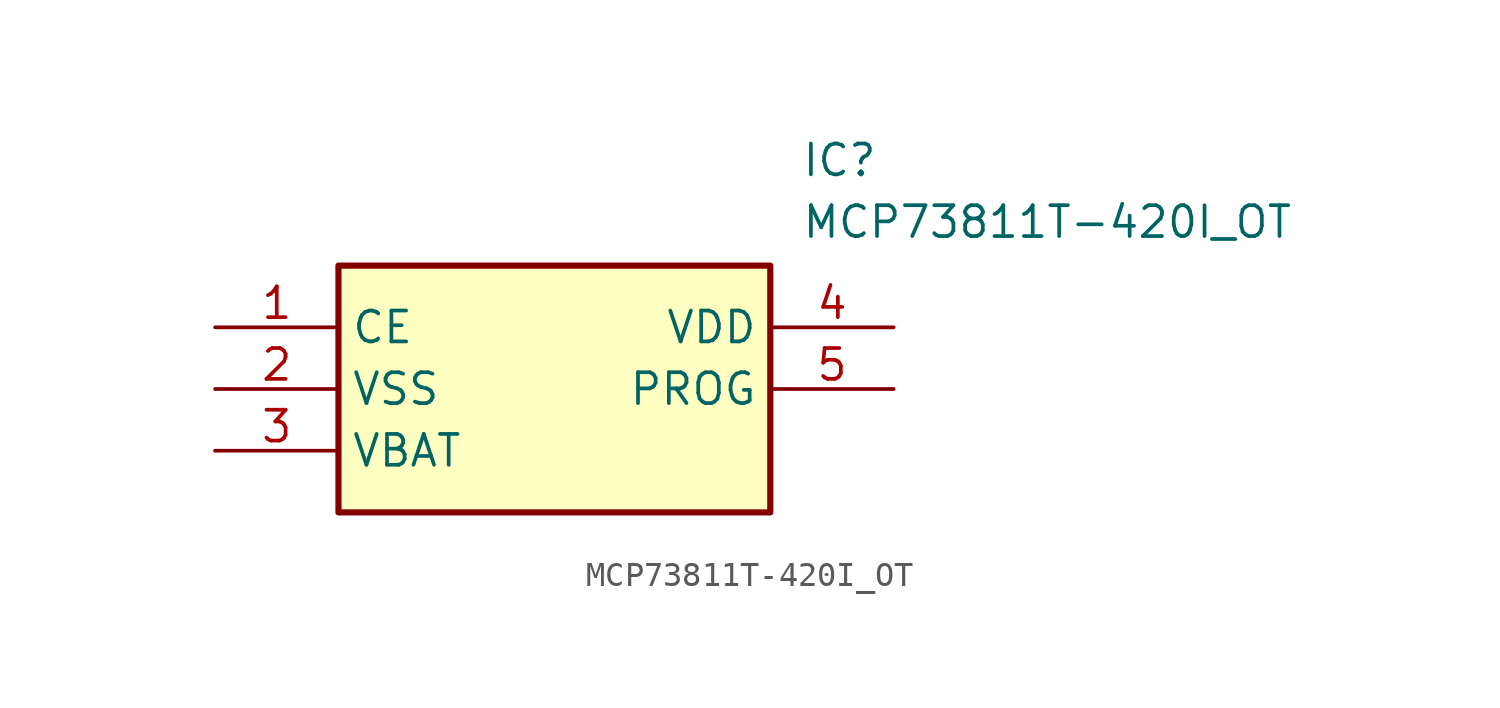
<source format=kicad_sym>
(kicad_symbol_lib
  (version 20211014)
  (generator SamacSys_ECAD_Model)
  (symbol "MCP73811T-420I_OT"
    (property "Reference" "IC"
      (at 24.13 7.62 0)
      (effects (font (size 1.27 1.27)) (justify left top)))
    (property "Value" "MCP73811T-420I_OT"
      (at 24.13 5.08 0)
      (effects (font (size 1.27 1.27)) (justify left top)))
    (rectangle
      (start 5.08 2.54)
      (end 22.86 -7.62)
      (stroke (width 0.254) (type default))
      (fill (type background)))
    (pin passive line
      (at 0 0 0)
      (length 5.08)
      (name "CE" (effects (font (size 1.27 1.27))))
      (number "1" (effects (font (size 1.27 1.27)))))
    (pin passive line
      (at 0 -2.54 0)
      (length 5.08)
      (name "VSS" (effects (font (size 1.27 1.27))))
      (number "2" (effects (font (size 1.27 1.27)))))
    (pin passive line
      (at 0 -5.08 0)
      (length 5.08)
      (name "VBAT" (effects (font (size 1.27 1.27))))
      (number "3" (effects (font (size 1.27 1.27)))))
    (pin passive line
      (at 27.94 0 180)
      (length 5.08)
      (name "VDD" (effects (font (size 1.27 1.27))))
      (number "4" (effects (font (size 1.27 1.27)))))
    (pin passive line
      (at 27.94 -2.54 180)
      (length 5.08)
      (name "PROG" (effects (font (size 1.27 1.27))))
      (number "5" (effects (font (size 1.27 1.27)))))))
</source>
